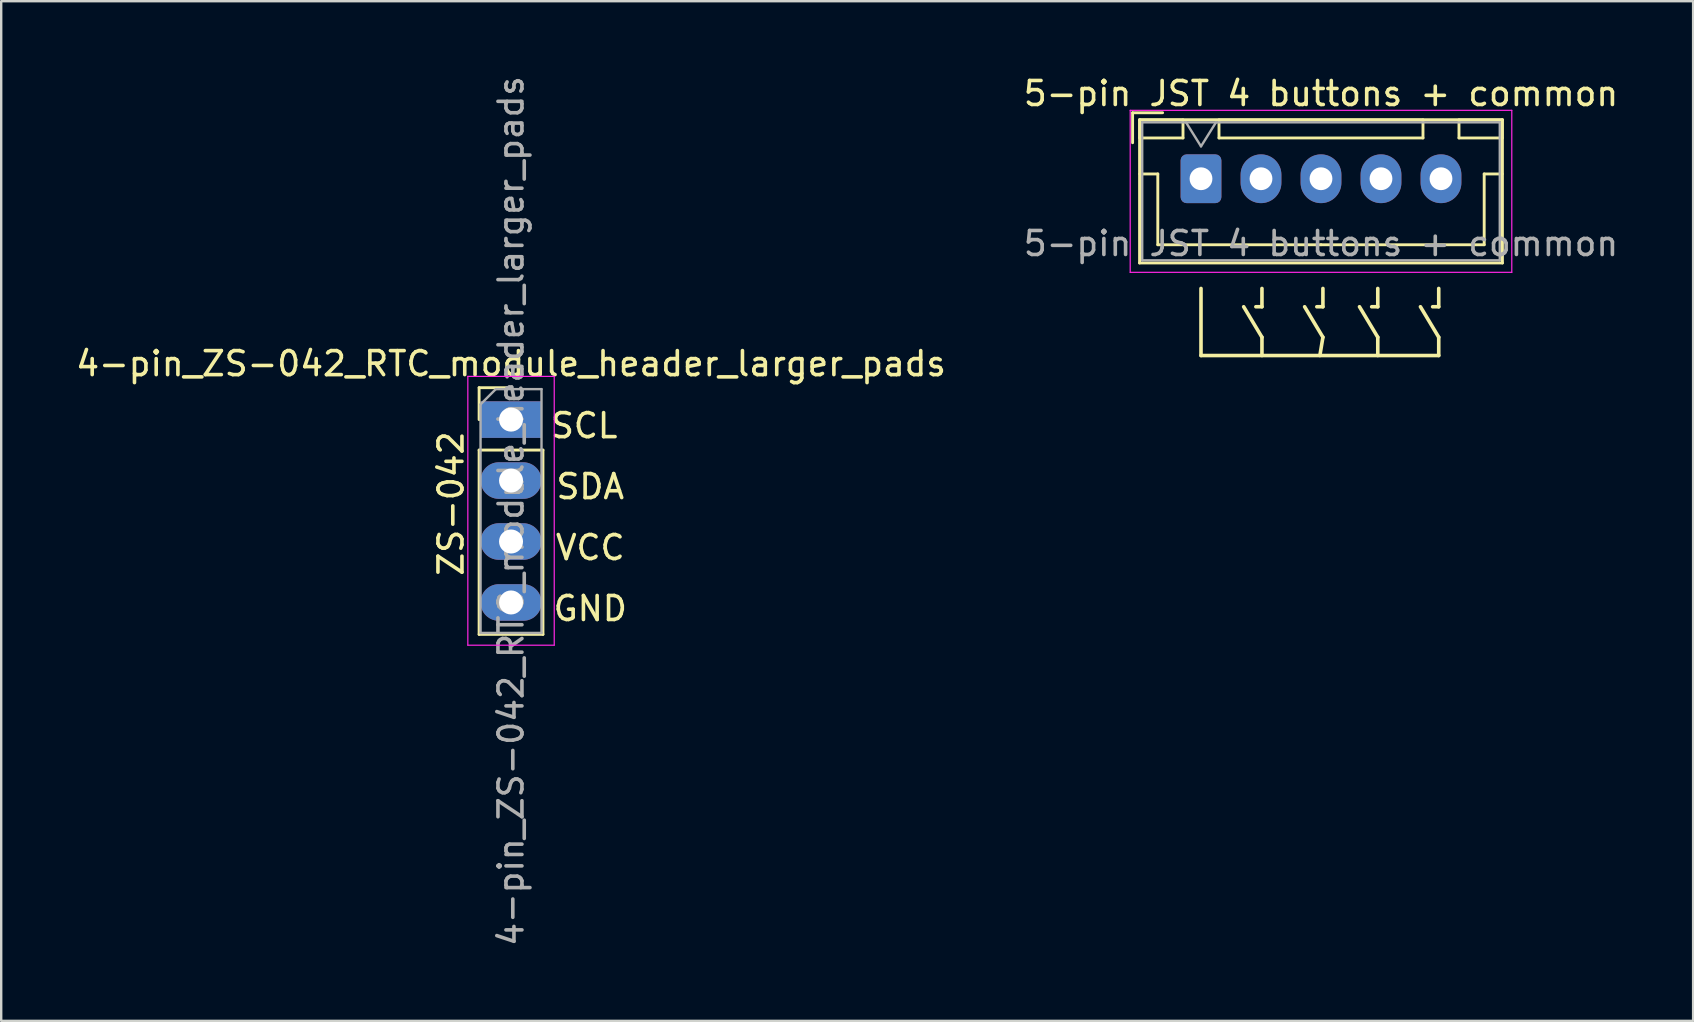
<source format=kicad_pcb>
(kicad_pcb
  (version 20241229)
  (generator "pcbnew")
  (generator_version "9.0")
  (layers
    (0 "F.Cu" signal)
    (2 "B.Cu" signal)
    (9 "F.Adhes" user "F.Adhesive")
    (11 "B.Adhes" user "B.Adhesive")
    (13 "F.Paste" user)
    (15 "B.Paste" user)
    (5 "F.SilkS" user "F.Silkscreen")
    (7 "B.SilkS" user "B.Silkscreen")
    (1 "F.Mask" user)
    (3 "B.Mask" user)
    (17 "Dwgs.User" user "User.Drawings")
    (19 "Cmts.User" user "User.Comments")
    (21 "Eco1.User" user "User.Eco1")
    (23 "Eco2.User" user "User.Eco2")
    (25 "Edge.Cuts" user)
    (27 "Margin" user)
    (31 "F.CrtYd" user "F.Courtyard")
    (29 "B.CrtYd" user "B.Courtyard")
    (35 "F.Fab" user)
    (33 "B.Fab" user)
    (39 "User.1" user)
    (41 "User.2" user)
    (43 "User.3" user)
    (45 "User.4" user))
  (footprint "4-pin_ZS-042_RTC_module_header_larger_pads"
    (layer "F.Cu")
    (at 18.244 14.434)
    (property "Reference" "4-pin_ZS-042_RTC_module_header_larger_pads" (at 0 -2.33 0) (layer "F.SilkS") (effects (font (size 1 1) (thickness 0.15))))
    (attr through_hole)
    (fp_line (start -1.33 -1.33) (end 0 -1.33) (stroke (width 0.12) (type solid)) (layer "F.SilkS"))
    (fp_line (start -1.33 0) (end -1.33 -1.33) (stroke (width 0.12) (type solid)) (layer "F.SilkS"))
    (fp_line (start -1.33 1.27) (end -1.33 8.95) (stroke (width 0.12) (type solid)) (layer "F.SilkS"))
    (fp_line (start -1.33 1.27) (end 1.33 1.27) (stroke (width 0.12) (type solid)) (layer "F.SilkS"))
    (fp_line (start -1.33 8.95) (end 1.33 8.95) (stroke (width 0.12) (type solid)) (layer "F.SilkS"))
    (fp_line (start 1.33 1.27) (end 1.33 8.95) (stroke (width 0.12) (type solid)) (layer "F.SilkS"))
    (fp_line (start -1.8 -1.8) (end -1.8 9.4) (stroke (width 0.05) (type solid)) (layer "F.CrtYd"))
    (fp_line (start -1.8 9.4) (end 1.8 9.4) (stroke (width 0.05) (type solid)) (layer "F.CrtYd"))
    (fp_line (start 1.8 -1.8) (end -1.8 -1.8) (stroke (width 0.05) (type solid)) (layer "F.CrtYd"))
    (fp_line (start 1.8 9.4) (end 1.8 -1.8) (stroke (width 0.05) (type solid)) (layer "F.CrtYd"))
    (fp_line (start -1.27 -0.635) (end -0.635 -1.27) (stroke (width 0.1) (type solid)) (layer "F.Fab"))
    (fp_line (start -1.27 8.89) (end -1.27 -0.635) (stroke (width 0.1) (type solid)) (layer "F.Fab"))
    (fp_line (start -0.635 -1.27) (end 1.27 -1.27) (stroke (width 0.1) (type solid)) (layer "F.Fab"))
    (fp_line (start 1.27 -1.27) (end 1.27 8.89) (stroke (width 0.1) (type solid)) (layer "F.Fab"))
    (fp_line (start 1.27 8.89) (end -1.27 8.89) (stroke (width 0.1) (type solid)) (layer "F.Fab"))
    (fp_text user "ZS-042" (at -2.5 3.5 90) (layer "F.SilkS") (effects (font (size 1 1) (thickness 0.15))))
    (fp_text user "SCL" (at 3.048 0.254 0) (layer "F.SilkS") (effects (font (size 1 1) (thickness 0.15))))
    (fp_text user "SDA" (at 3.302 2.794 0) (layer "F.SilkS") (effects (font (size 1 1) (thickness 0.15))))
    (fp_text user "VCC" (at 3.302 5.334 0) (layer "F.SilkS") (effects (font (size 1 1) (thickness 0.15))))
    (fp_text user "GND" (at 3.302 7.874 0) (layer "F.SilkS") (effects (font (size 1 1) (thickness 0.15))))
    (fp_text user "${REFERENCE}" (at 0 3.81 90) (layer "F.Fab") (effects (font (size 1 1) (thickness 0.15))))
    (pad "1" thru_hole rect (at 0 0) (size 2.54 1.524) (drill 1) (layers "*.Cu" "*.Mask"))
    (pad "2" thru_hole oval (at 0 2.54) (size 2.54 1.524) (drill 1) (layers "*.Cu" "*.Mask"))
    (pad "3" thru_hole oval (at 0 5.08) (size 2.54 1.524) (drill 1) (layers "*.Cu" "*.Mask"))
    (pad "4" thru_hole oval (at 0 7.62) (size 2.54 1.524) (drill 1) (layers "*.Cu" "*.Mask")))
  (footprint "5-pin JST 4 buttons + common"
    (layer "F.Cu")
    (at 46.994 4.398)
    (property "Reference" "5-pin JST 4 buttons + common" (at 5 -3.55 0) (layer "F.SilkS") (effects (font (size 1 1) (thickness 0.15))))
    (attr through_hole)
    (fp_line (start -2.85 -2.75) (end -2.85 -1.5) (stroke (width 0.12) (type solid)) (layer "F.SilkS"))
    (fp_line (start -2.56 -2.46) (end -2.56 3.51) (stroke (width 0.12) (type solid)) (layer "F.SilkS"))
    (fp_line (start -2.56 3.51) (end 12.56 3.51) (stroke (width 0.12) (type solid)) (layer "F.SilkS"))
    (fp_line (start -2.55 -2.45) (end -2.55 -1.7) (stroke (width 0.12) (type solid)) (layer "F.SilkS"))
    (fp_line (start -2.55 -1.7) (end -0.75 -1.7) (stroke (width 0.12) (type solid)) (layer "F.SilkS"))
    (fp_line (start -2.55 -0.2) (end -1.8 -0.2) (stroke (width 0.12) (type solid)) (layer "F.SilkS"))
    (fp_line (start -1.8 -0.2) (end -1.8 2.75) (stroke (width 0.12) (type solid)) (layer "F.SilkS"))
    (fp_line (start -1.8 2.75) (end 5 2.75) (stroke (width 0.12) (type solid)) (layer "F.SilkS"))
    (fp_line (start -1.6 -2.75) (end -2.85 -2.75) (stroke (width 0.12) (type solid)) (layer "F.SilkS"))
    (fp_line (start -0.75 -2.45) (end -2.55 -2.45) (stroke (width 0.12) (type solid)) (layer "F.SilkS"))
    (fp_line (start -0.75 -1.7) (end -0.75 -2.45) (stroke (width 0.12) (type solid)) (layer "F.SilkS"))
    (fp_line (start 0 7.366) (end 0 4.572) (stroke (width 0.15) (type solid)) (layer "F.SilkS"))
    (fp_line (start 0.75 -2.45) (end 0.75 -1.7) (stroke (width 0.12) (type solid)) (layer "F.SilkS"))
    (fp_line (start 0.75 -1.7) (end 9.25 -1.7) (stroke (width 0.12) (type solid)) (layer "F.SilkS"))
    (fp_line (start 1.778 5.334) (end 2.54 6.604) (stroke (width 0.15) (type solid)) (layer "F.SilkS"))
    (fp_line (start 2.54 4.572) (end 2.54 5.334) (stroke (width 0.15) (type solid)) (layer "F.SilkS"))
    (fp_line (start 2.54 5.334) (end 2.286 5.334) (stroke (width 0.15) (type solid)) (layer "F.SilkS"))
    (fp_line (start 2.54 6.604) (end 2.54 7.366) (stroke (width 0.15) (type solid)) (layer "F.SilkS"))
    (fp_line (start 4.318 5.334) (end 5.08 6.604) (stroke (width 0.15) (type solid)) (layer "F.SilkS"))
    (fp_line (start 5.08 4.572) (end 5.08 5.334) (stroke (width 0.15) (type solid)) (layer "F.SilkS"))
    (fp_line (start 5.08 5.334) (end 4.826 5.334) (stroke (width 0.15) (type solid)) (layer "F.SilkS"))
    (fp_line (start 5.08 6.604) (end 4.953 7.366) (stroke (width 0.15) (type solid)) (layer "F.SilkS"))
    (fp_line (start 7.366 4.572) (end 7.366 5.334) (stroke (width 0.15) (type solid)) (layer "F.SilkS"))
    (fp_line (start 7.366 5.334) (end 7.112 5.334) (stroke (width 0.15) (type solid)) (layer "F.SilkS"))
    (fp_line (start 7.366 6.604) (end 6.604 5.334) (stroke (width 0.15) (type solid)) (layer "F.SilkS"))
    (fp_line (start 7.366 7.366) (end 7.366 6.604) (stroke (width 0.15) (type solid)) (layer "F.SilkS"))
    (fp_line (start 9.144 5.334) (end 9.906 6.604) (stroke (width 0.15) (type solid)) (layer "F.SilkS"))
    (fp_line (start 9.25 -2.45) (end 0.75 -2.45) (stroke (width 0.12) (type solid)) (layer "F.SilkS"))
    (fp_line (start 9.25 -1.7) (end 9.25 -2.45) (stroke (width 0.12) (type solid)) (layer "F.SilkS"))
    (fp_line (start 9.906 4.572) (end 9.906 5.334) (stroke (width 0.15) (type solid)) (layer "F.SilkS"))
    (fp_line (start 9.906 5.334) (end 9.652 5.334) (stroke (width 0.15) (type solid)) (layer "F.SilkS"))
    (fp_line (start 9.906 6.604) (end 9.906 7.366) (stroke (width 0.15) (type solid)) (layer "F.SilkS"))
    (fp_line (start 9.906 7.366) (end 0 7.366) (stroke (width 0.15) (type solid)) (layer "F.SilkS"))
    (fp_line (start 10.75 -2.45) (end 10.75 -1.7) (stroke (width 0.12) (type solid)) (layer "F.SilkS"))
    (fp_line (start 10.75 -1.7) (end 12.55 -1.7) (stroke (width 0.12) (type solid)) (layer "F.SilkS"))
    (fp_line (start 11.8 -0.2) (end 11.8 2.75) (stroke (width 0.12) (type solid)) (layer "F.SilkS"))
    (fp_line (start 11.8 2.75) (end 5 2.75) (stroke (width 0.12) (type solid)) (layer "F.SilkS"))
    (fp_line (start 12.55 -2.45) (end 10.75 -2.45) (stroke (width 0.12) (type solid)) (layer "F.SilkS"))
    (fp_line (start 12.55 -1.7) (end 12.55 -2.45) (stroke (width 0.12) (type solid)) (layer "F.SilkS"))
    (fp_line (start 12.55 -0.2) (end 11.8 -0.2) (stroke (width 0.12) (type solid)) (layer "F.SilkS"))
    (fp_line (start 12.56 -2.46) (end -2.56 -2.46) (stroke (width 0.12) (type solid)) (layer "F.SilkS"))
    (fp_line (start 12.56 3.51) (end 12.56 -2.46) (stroke (width 0.12) (type solid)) (layer "F.SilkS"))
    (fp_line (start -2.95 -2.85) (end -2.95 3.9) (stroke (width 0.05) (type solid)) (layer "F.CrtYd"))
    (fp_line (start -2.95 3.9) (end 12.95 3.9) (stroke (width 0.05) (type solid)) (layer "F.CrtYd"))
    (fp_line (start 12.95 -2.85) (end -2.95 -2.85) (stroke (width 0.05) (type solid)) (layer "F.CrtYd"))
    (fp_line (start 12.95 3.9) (end 12.95 -2.85) (stroke (width 0.05) (type solid)) (layer "F.CrtYd"))
    (fp_line (start -2.45 -2.35) (end -2.45 3.4) (stroke (width 0.1) (type solid)) (layer "F.Fab"))
    (fp_line (start -2.45 3.4) (end 12.45 3.4) (stroke (width 0.1) (type solid)) (layer "F.Fab"))
    (fp_line (start -0.625 -2.35) (end 0 -1.35) (stroke (width 0.1) (type solid)) (layer "F.Fab"))
    (fp_line (start 0 -1.35) (end 0.625 -2.35) (stroke (width 0.1) (type solid)) (layer "F.Fab"))
    (fp_line (start 12.45 -2.35) (end -2.45 -2.35) (stroke (width 0.1) (type solid)) (layer "F.Fab"))
    (fp_line (start 12.45 3.4) (end 12.45 -2.35) (stroke (width 0.1) (type solid)) (layer "F.Fab"))
    (fp_text user "${REFERENCE}" (at 5 2.7 0) (layer "F.Fab") (effects (font (size 1 1) (thickness 0.15))))
    (pad "1" thru_hole roundrect (at 0 0) (size 1.7 2.032) (drill 0.95) (layers "*.Cu" "*.Mask") (roundrect_rratio 0.147))
    (pad "2" thru_hole oval (at 2.5 0) (size 1.7 2.032) (drill 0.95) (layers "*.Cu" "*.Mask"))
    (pad "3" thru_hole oval (at 5 0) (size 1.7 2.032) (drill 0.95) (layers "*.Cu" "*.Mask"))
    (pad "4" thru_hole oval (at 7.5 0) (size 1.7 2.032) (drill 0.95) (layers "*.Cu" "*.Mask"))
    (pad "5" thru_hole oval (at 10 0) (size 1.7 2.032) (drill 0.95) (layers "*.Cu" "*.Mask")))
  (gr_rect
    (start -3 -3)
    (end 67.5 39.488)
    (stroke (width 0.1) (type default))
    (fill no)
    (layer "Edge.Cuts")))
</source>
